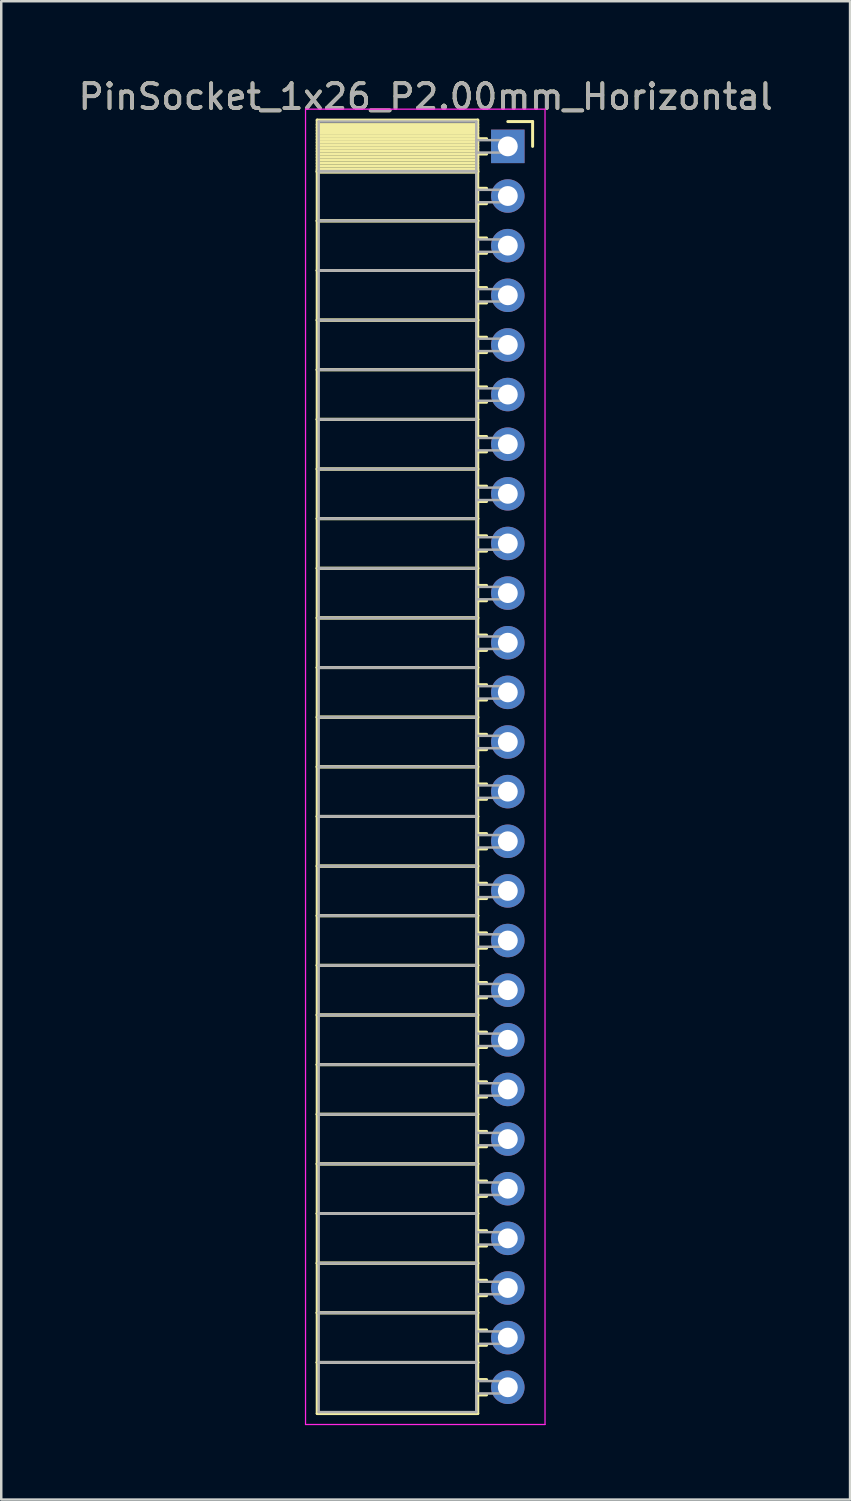
<source format=kicad_pcb>
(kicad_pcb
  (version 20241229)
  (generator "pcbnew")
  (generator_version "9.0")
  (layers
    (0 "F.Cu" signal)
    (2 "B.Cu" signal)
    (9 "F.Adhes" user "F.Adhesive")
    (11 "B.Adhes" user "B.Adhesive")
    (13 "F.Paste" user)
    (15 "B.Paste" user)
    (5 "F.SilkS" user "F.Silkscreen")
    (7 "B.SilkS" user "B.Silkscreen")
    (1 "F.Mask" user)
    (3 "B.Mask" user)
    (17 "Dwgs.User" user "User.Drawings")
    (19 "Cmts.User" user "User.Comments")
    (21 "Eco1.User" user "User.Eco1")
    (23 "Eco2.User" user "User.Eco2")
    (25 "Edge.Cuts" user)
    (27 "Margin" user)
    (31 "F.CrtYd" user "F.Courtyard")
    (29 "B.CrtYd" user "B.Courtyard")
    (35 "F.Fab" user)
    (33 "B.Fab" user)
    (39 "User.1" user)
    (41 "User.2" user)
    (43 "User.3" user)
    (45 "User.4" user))
  (footprint "PinSocket_1x26_P2.00mm_Horizontal"
    (layer "F.Cu")
    (at 17.411 2.848)
    (property "Reference" "PinSocket_1x26_P2.00mm_Horizontal" (at -3.31 -2 0) (layer "F.SilkS") (effects (font (size 1 1) (thickness 0.15))))
    (attr through_hole)
    (fp_line (start -7.68 -1.06) (end -1.21 -1.06) (stroke (width 0.12) (type solid)) (layer "F.SilkS"))
    (fp_line (start -7.68 1) (end -7.68 -1.06) (stroke (width 0.12) (type solid)) (layer "F.SilkS"))
    (fp_line (start -7.68 1) (end -1.21 1) (stroke (width 0.12) (type solid)) (layer "F.SilkS"))
    (fp_line (start -7.68 3) (end -7.68 1) (stroke (width 0.12) (type solid)) (layer "F.SilkS"))
    (fp_line (start -7.68 3) (end -1.21 3) (stroke (width 0.12) (type solid)) (layer "F.SilkS"))
    (fp_line (start -7.68 5) (end -7.68 3) (stroke (width 0.12) (type solid)) (layer "F.SilkS"))
    (fp_line (start -7.68 5) (end -1.21 5) (stroke (width 0.12) (type solid)) (layer "F.SilkS"))
    (fp_line (start -7.68 7) (end -7.68 5) (stroke (width 0.12) (type solid)) (layer "F.SilkS"))
    (fp_line (start -7.68 7) (end -1.21 7) (stroke (width 0.12) (type solid)) (layer "F.SilkS"))
    (fp_line (start -7.68 9) (end -7.68 7) (stroke (width 0.12) (type solid)) (layer "F.SilkS"))
    (fp_line (start -7.68 9) (end -1.21 9) (stroke (width 0.12) (type solid)) (layer "F.SilkS"))
    (fp_line (start -7.68 11) (end -7.68 9) (stroke (width 0.12) (type solid)) (layer "F.SilkS"))
    (fp_line (start -7.68 11) (end -1.21 11) (stroke (width 0.12) (type solid)) (layer "F.SilkS"))
    (fp_line (start -7.68 13) (end -7.68 11) (stroke (width 0.12) (type solid)) (layer "F.SilkS"))
    (fp_line (start -7.68 13) (end -1.21 13) (stroke (width 0.12) (type solid)) (layer "F.SilkS"))
    (fp_line (start -7.68 15) (end -7.68 13) (stroke (width 0.12) (type solid)) (layer "F.SilkS"))
    (fp_line (start -7.68 15) (end -1.21 15) (stroke (width 0.12) (type solid)) (layer "F.SilkS"))
    (fp_line (start -7.68 17) (end -7.68 15) (stroke (width 0.12) (type solid)) (layer "F.SilkS"))
    (fp_line (start -7.68 17) (end -1.21 17) (stroke (width 0.12) (type solid)) (layer "F.SilkS"))
    (fp_line (start -7.68 19) (end -7.68 17) (stroke (width 0.12) (type solid)) (layer "F.SilkS"))
    (fp_line (start -7.68 19) (end -1.21 19) (stroke (width 0.12) (type solid)) (layer "F.SilkS"))
    (fp_line (start -7.68 21) (end -7.68 19) (stroke (width 0.12) (type solid)) (layer "F.SilkS"))
    (fp_line (start -7.68 21) (end -1.21 21) (stroke (width 0.12) (type solid)) (layer "F.SilkS"))
    (fp_line (start -7.68 23) (end -7.68 21) (stroke (width 0.12) (type solid)) (layer "F.SilkS"))
    (fp_line (start -7.68 23) (end -1.21 23) (stroke (width 0.12) (type solid)) (layer "F.SilkS"))
    (fp_line (start -7.68 25) (end -7.68 23) (stroke (width 0.12) (type solid)) (layer "F.SilkS"))
    (fp_line (start -7.68 25) (end -1.21 25) (stroke (width 0.12) (type solid)) (layer "F.SilkS"))
    (fp_line (start -7.68 27) (end -7.68 25) (stroke (width 0.12) (type solid)) (layer "F.SilkS"))
    (fp_line (start -7.68 27) (end -1.21 27) (stroke (width 0.12) (type solid)) (layer "F.SilkS"))
    (fp_line (start -7.68 29) (end -7.68 27) (stroke (width 0.12) (type solid)) (layer "F.SilkS"))
    (fp_line (start -7.68 29) (end -1.21 29) (stroke (width 0.12) (type solid)) (layer "F.SilkS"))
    (fp_line (start -7.68 31) (end -7.68 29) (stroke (width 0.12) (type solid)) (layer "F.SilkS"))
    (fp_line (start -7.68 31) (end -1.21 31) (stroke (width 0.12) (type solid)) (layer "F.SilkS"))
    (fp_line (start -7.68 33) (end -7.68 31) (stroke (width 0.12) (type solid)) (layer "F.SilkS"))
    (fp_line (start -7.68 33) (end -1.21 33) (stroke (width 0.12) (type solid)) (layer "F.SilkS"))
    (fp_line (start -7.68 35) (end -7.68 33) (stroke (width 0.12) (type solid)) (layer "F.SilkS"))
    (fp_line (start -7.68 35) (end -1.21 35) (stroke (width 0.12) (type solid)) (layer "F.SilkS"))
    (fp_line (start -7.68 37) (end -7.68 35) (stroke (width 0.12) (type solid)) (layer "F.SilkS"))
    (fp_line (start -7.68 37) (end -1.21 37) (stroke (width 0.12) (type solid)) (layer "F.SilkS"))
    (fp_line (start -7.68 39) (end -7.68 37) (stroke (width 0.12) (type solid)) (layer "F.SilkS"))
    (fp_line (start -7.68 39) (end -1.21 39) (stroke (width 0.12) (type solid)) (layer "F.SilkS"))
    (fp_line (start -7.68 41) (end -7.68 39) (stroke (width 0.12) (type solid)) (layer "F.SilkS"))
    (fp_line (start -7.68 41) (end -1.21 41) (stroke (width 0.12) (type solid)) (layer "F.SilkS"))
    (fp_line (start -7.68 43) (end -7.68 41) (stroke (width 0.12) (type solid)) (layer "F.SilkS"))
    (fp_line (start -7.68 43) (end -1.21 43) (stroke (width 0.12) (type solid)) (layer "F.SilkS"))
    (fp_line (start -7.68 45) (end -7.68 43) (stroke (width 0.12) (type solid)) (layer "F.SilkS"))
    (fp_line (start -7.68 45) (end -1.21 45) (stroke (width 0.12) (type solid)) (layer "F.SilkS"))
    (fp_line (start -7.68 47) (end -7.68 45) (stroke (width 0.12) (type solid)) (layer "F.SilkS"))
    (fp_line (start -7.68 47) (end -1.21 47) (stroke (width 0.12) (type solid)) (layer "F.SilkS"))
    (fp_line (start -7.68 49) (end -7.68 47) (stroke (width 0.12) (type solid)) (layer "F.SilkS"))
    (fp_line (start -7.68 49) (end -1.21 49) (stroke (width 0.12) (type solid)) (layer "F.SilkS"))
    (fp_line (start -7.68 51.06) (end -7.68 49) (stroke (width 0.12) (type solid)) (layer "F.SilkS"))
    (fp_line (start -1.21 -1.06) (end -1.21 1) (stroke (width 0.12) (type solid)) (layer "F.SilkS"))
    (fp_line (start -1.21 -0.88) (end -7.68 -0.88) (stroke (width 0.12) (type solid)) (layer "F.SilkS"))
    (fp_line (start -1.21 -0.76) (end -7.68 -0.76) (stroke (width 0.12) (type solid)) (layer "F.SilkS"))
    (fp_line (start -1.21 -0.64) (end -7.68 -0.64) (stroke (width 0.12) (type solid)) (layer "F.SilkS"))
    (fp_line (start -1.21 -0.52) (end -7.68 -0.52) (stroke (width 0.12) (type solid)) (layer "F.SilkS"))
    (fp_line (start -1.21 -0.4) (end -7.68 -0.4) (stroke (width 0.12) (type solid)) (layer "F.SilkS"))
    (fp_line (start -1.21 -0.28) (end -7.68 -0.28) (stroke (width 0.12) (type solid)) (layer "F.SilkS"))
    (fp_line (start -1.21 -0.16) (end -7.68 -0.16) (stroke (width 0.12) (type solid)) (layer "F.SilkS"))
    (fp_line (start -1.21 -0.04) (end -7.68 -0.04) (stroke (width 0.12) (type solid)) (layer "F.SilkS"))
    (fp_line (start -1.21 0.08) (end -7.68 0.08) (stroke (width 0.12) (type solid)) (layer "F.SilkS"))
    (fp_line (start -1.21 0.2) (end -7.68 0.2) (stroke (width 0.12) (type solid)) (layer "F.SilkS"))
    (fp_line (start -1.21 0.32) (end -7.68 0.32) (stroke (width 0.12) (type solid)) (layer "F.SilkS"))
    (fp_line (start -1.21 0.44) (end -7.68 0.44) (stroke (width 0.12) (type solid)) (layer "F.SilkS"))
    (fp_line (start -1.21 0.56) (end -7.68 0.56) (stroke (width 0.12) (type solid)) (layer "F.SilkS"))
    (fp_line (start -1.21 0.68) (end -7.68 0.68) (stroke (width 0.12) (type solid)) (layer "F.SilkS"))
    (fp_line (start -1.21 0.8) (end -7.68 0.8) (stroke (width 0.12) (type solid)) (layer "F.SilkS"))
    (fp_line (start -1.21 0.92) (end -7.68 0.92) (stroke (width 0.12) (type solid)) (layer "F.SilkS"))
    (fp_line (start -1.21 1) (end -7.68 1) (stroke (width 0.12) (type solid)) (layer "F.SilkS"))
    (fp_line (start -1.21 1) (end -1.21 3) (stroke (width 0.12) (type solid)) (layer "F.SilkS"))
    (fp_line (start -1.21 1.04) (end -7.68 1.04) (stroke (width 0.12) (type solid)) (layer "F.SilkS"))
    (fp_line (start -1.21 3) (end -7.68 3) (stroke (width 0.12) (type solid)) (layer "F.SilkS"))
    (fp_line (start -1.21 3) (end -1.21 5) (stroke (width 0.12) (type solid)) (layer "F.SilkS"))
    (fp_line (start -1.21 5) (end -7.68 5) (stroke (width 0.12) (type solid)) (layer "F.SilkS"))
    (fp_line (start -1.21 5) (end -1.21 7) (stroke (width 0.12) (type solid)) (layer "F.SilkS"))
    (fp_line (start -1.21 7) (end -7.68 7) (stroke (width 0.12) (type solid)) (layer "F.SilkS"))
    (fp_line (start -1.21 7) (end -1.21 9) (stroke (width 0.12) (type solid)) (layer "F.SilkS"))
    (fp_line (start -1.21 9) (end -7.68 9) (stroke (width 0.12) (type solid)) (layer "F.SilkS"))
    (fp_line (start -1.21 9) (end -1.21 11) (stroke (width 0.12) (type solid)) (layer "F.SilkS"))
    (fp_line (start -1.21 11) (end -7.68 11) (stroke (width 0.12) (type solid)) (layer "F.SilkS"))
    (fp_line (start -1.21 11) (end -1.21 13) (stroke (width 0.12) (type solid)) (layer "F.SilkS"))
    (fp_line (start -1.21 13) (end -7.68 13) (stroke (width 0.12) (type solid)) (layer "F.SilkS"))
    (fp_line (start -1.21 13) (end -1.21 15) (stroke (width 0.12) (type solid)) (layer "F.SilkS"))
    (fp_line (start -1.21 15) (end -7.68 15) (stroke (width 0.12) (type solid)) (layer "F.SilkS"))
    (fp_line (start -1.21 15) (end -1.21 17) (stroke (width 0.12) (type solid)) (layer "F.SilkS"))
    (fp_line (start -1.21 17) (end -7.68 17) (stroke (width 0.12) (type solid)) (layer "F.SilkS"))
    (fp_line (start -1.21 17) (end -1.21 19) (stroke (width 0.12) (type solid)) (layer "F.SilkS"))
    (fp_line (start -1.21 19) (end -7.68 19) (stroke (width 0.12) (type solid)) (layer "F.SilkS"))
    (fp_line (start -1.21 19) (end -1.21 21) (stroke (width 0.12) (type solid)) (layer "F.SilkS"))
    (fp_line (start -1.21 21) (end -7.68 21) (stroke (width 0.12) (type solid)) (layer "F.SilkS"))
    (fp_line (start -1.21 21) (end -1.21 23) (stroke (width 0.12) (type solid)) (layer "F.SilkS"))
    (fp_line (start -1.21 23) (end -7.68 23) (stroke (width 0.12) (type solid)) (layer "F.SilkS"))
    (fp_line (start -1.21 23) (end -1.21 25) (stroke (width 0.12) (type solid)) (layer "F.SilkS"))
    (fp_line (start -1.21 25) (end -7.68 25) (stroke (width 0.12) (type solid)) (layer "F.SilkS"))
    (fp_line (start -1.21 25) (end -1.21 27) (stroke (width 0.12) (type solid)) (layer "F.SilkS"))
    (fp_line (start -1.21 27) (end -7.68 27) (stroke (width 0.12) (type solid)) (layer "F.SilkS"))
    (fp_line (start -1.21 27) (end -1.21 29) (stroke (width 0.12) (type solid)) (layer "F.SilkS"))
    (fp_line (start -1.21 29) (end -7.68 29) (stroke (width 0.12) (type solid)) (layer "F.SilkS"))
    (fp_line (start -1.21 29) (end -1.21 31) (stroke (width 0.12) (type solid)) (layer "F.SilkS"))
    (fp_line (start -1.21 31) (end -7.68 31) (stroke (width 0.12) (type solid)) (layer "F.SilkS"))
    (fp_line (start -1.21 31) (end -1.21 33) (stroke (width 0.12) (type solid)) (layer "F.SilkS"))
    (fp_line (start -1.21 33) (end -7.68 33) (stroke (width 0.12) (type solid)) (layer "F.SilkS"))
    (fp_line (start -1.21 33) (end -1.21 35) (stroke (width 0.12) (type solid)) (layer "F.SilkS"))
    (fp_line (start -1.21 35) (end -7.68 35) (stroke (width 0.12) (type solid)) (layer "F.SilkS"))
    (fp_line (start -1.21 35) (end -1.21 37) (stroke (width 0.12) (type solid)) (layer "F.SilkS"))
    (fp_line (start -1.21 37) (end -7.68 37) (stroke (width 0.12) (type solid)) (layer "F.SilkS"))
    (fp_line (start -1.21 37) (end -1.21 39) (stroke (width 0.12) (type solid)) (layer "F.SilkS"))
    (fp_line (start -1.21 39) (end -7.68 39) (stroke (width 0.12) (type solid)) (layer "F.SilkS"))
    (fp_line (start -1.21 39) (end -1.21 41) (stroke (width 0.12) (type solid)) (layer "F.SilkS"))
    (fp_line (start -1.21 41) (end -7.68 41) (stroke (width 0.12) (type solid)) (layer "F.SilkS"))
    (fp_line (start -1.21 41) (end -1.21 43) (stroke (width 0.12) (type solid)) (layer "F.SilkS"))
    (fp_line (start -1.21 43) (end -7.68 43) (stroke (width 0.12) (type solid)) (layer "F.SilkS"))
    (fp_line (start -1.21 43) (end -1.21 45) (stroke (width 0.12) (type solid)) (layer "F.SilkS"))
    (fp_line (start -1.21 45) (end -7.68 45) (stroke (width 0.12) (type solid)) (layer "F.SilkS"))
    (fp_line (start -1.21 45) (end -1.21 47) (stroke (width 0.12) (type solid)) (layer "F.SilkS"))
    (fp_line (start -1.21 47) (end -7.68 47) (stroke (width 0.12) (type solid)) (layer "F.SilkS"))
    (fp_line (start -1.21 47) (end -1.21 49) (stroke (width 0.12) (type solid)) (layer "F.SilkS"))
    (fp_line (start -1.21 49) (end -7.68 49) (stroke (width 0.12) (type solid)) (layer "F.SilkS"))
    (fp_line (start -1.21 49) (end -1.21 51.06) (stroke (width 0.12) (type solid)) (layer "F.SilkS"))
    (fp_line (start -1.21 51.06) (end -7.68 51.06) (stroke (width 0.12) (type solid)) (layer "F.SilkS"))
    (fp_line (start -0.855 -0.31) (end -1.21 -0.31) (stroke (width 0.12) (type solid)) (layer "F.SilkS"))
    (fp_line (start -0.855 0.31) (end -1.21 0.31) (stroke (width 0.12) (type solid)) (layer "F.SilkS"))
    (fp_line (start -0.855 1.69) (end -1.21 1.69) (stroke (width 0.12) (type solid)) (layer "F.SilkS"))
    (fp_line (start -0.855 2.31) (end -1.21 2.31) (stroke (width 0.12) (type solid)) (layer "F.SilkS"))
    (fp_line (start -0.855 3.69) (end -1.21 3.69) (stroke (width 0.12) (type solid)) (layer "F.SilkS"))
    (fp_line (start -0.855 4.31) (end -1.21 4.31) (stroke (width 0.12) (type solid)) (layer "F.SilkS"))
    (fp_line (start -0.855 5.69) (end -1.21 5.69) (stroke (width 0.12) (type solid)) (layer "F.SilkS"))
    (fp_line (start -0.855 6.31) (end -1.21 6.31) (stroke (width 0.12) (type solid)) (layer "F.SilkS"))
    (fp_line (start -0.855 7.69) (end -1.21 7.69) (stroke (width 0.12) (type solid)) (layer "F.SilkS"))
    (fp_line (start -0.855 8.31) (end -1.21 8.31) (stroke (width 0.12) (type solid)) (layer "F.SilkS"))
    (fp_line (start -0.855 9.69) (end -1.21 9.69) (stroke (width 0.12) (type solid)) (layer "F.SilkS"))
    (fp_line (start -0.855 10.31) (end -1.21 10.31) (stroke (width 0.12) (type solid)) (layer "F.SilkS"))
    (fp_line (start -0.855 11.69) (end -1.21 11.69) (stroke (width 0.12) (type solid)) (layer "F.SilkS"))
    (fp_line (start -0.855 12.31) (end -1.21 12.31) (stroke (width 0.12) (type solid)) (layer "F.SilkS"))
    (fp_line (start -0.855 13.69) (end -1.21 13.69) (stroke (width 0.12) (type solid)) (layer "F.SilkS"))
    (fp_line (start -0.855 14.31) (end -1.21 14.31) (stroke (width 0.12) (type solid)) (layer "F.SilkS"))
    (fp_line (start -0.855 15.69) (end -1.21 15.69) (stroke (width 0.12) (type solid)) (layer "F.SilkS"))
    (fp_line (start -0.855 16.31) (end -1.21 16.31) (stroke (width 0.12) (type solid)) (layer "F.SilkS"))
    (fp_line (start -0.855 17.69) (end -1.21 17.69) (stroke (width 0.12) (type solid)) (layer "F.SilkS"))
    (fp_line (start -0.855 18.31) (end -1.21 18.31) (stroke (width 0.12) (type solid)) (layer "F.SilkS"))
    (fp_line (start -0.855 19.69) (end -1.21 19.69) (stroke (width 0.12) (type solid)) (layer "F.SilkS"))
    (fp_line (start -0.855 20.31) (end -1.21 20.31) (stroke (width 0.12) (type solid)) (layer "F.SilkS"))
    (fp_line (start -0.855 21.69) (end -1.21 21.69) (stroke (width 0.12) (type solid)) (layer "F.SilkS"))
    (fp_line (start -0.855 22.31) (end -1.21 22.31) (stroke (width 0.12) (type solid)) (layer "F.SilkS"))
    (fp_line (start -0.855 23.69) (end -1.21 23.69) (stroke (width 0.12) (type solid)) (layer "F.SilkS"))
    (fp_line (start -0.855 24.31) (end -1.21 24.31) (stroke (width 0.12) (type solid)) (layer "F.SilkS"))
    (fp_line (start -0.855 25.69) (end -1.21 25.69) (stroke (width 0.12) (type solid)) (layer "F.SilkS"))
    (fp_line (start -0.855 26.31) (end -1.21 26.31) (stroke (width 0.12) (type solid)) (layer "F.SilkS"))
    (fp_line (start -0.855 27.69) (end -1.21 27.69) (stroke (width 0.12) (type solid)) (layer "F.SilkS"))
    (fp_line (start -0.855 28.31) (end -1.21 28.31) (stroke (width 0.12) (type solid)) (layer "F.SilkS"))
    (fp_line (start -0.855 29.69) (end -1.21 29.69) (stroke (width 0.12) (type solid)) (layer "F.SilkS"))
    (fp_line (start -0.855 30.31) (end -1.21 30.31) (stroke (width 0.12) (type solid)) (layer "F.SilkS"))
    (fp_line (start -0.855 31.69) (end -1.21 31.69) (stroke (width 0.12) (type solid)) (layer "F.SilkS"))
    (fp_line (start -0.855 32.31) (end -1.21 32.31) (stroke (width 0.12) (type solid)) (layer "F.SilkS"))
    (fp_line (start -0.855 33.69) (end -1.21 33.69) (stroke (width 0.12) (type solid)) (layer "F.SilkS"))
    (fp_line (start -0.855 34.31) (end -1.21 34.31) (stroke (width 0.12) (type solid)) (layer "F.SilkS"))
    (fp_line (start -0.855 35.69) (end -1.21 35.69) (stroke (width 0.12) (type solid)) (layer "F.SilkS"))
    (fp_line (start -0.855 36.31) (end -1.21 36.31) (stroke (width 0.12) (type solid)) (layer "F.SilkS"))
    (fp_line (start -0.855 37.69) (end -1.21 37.69) (stroke (width 0.12) (type solid)) (layer "F.SilkS"))
    (fp_line (start -0.855 38.31) (end -1.21 38.31) (stroke (width 0.12) (type solid)) (layer "F.SilkS"))
    (fp_line (start -0.855 39.69) (end -1.21 39.69) (stroke (width 0.12) (type solid)) (layer "F.SilkS"))
    (fp_line (start -0.855 40.31) (end -1.21 40.31) (stroke (width 0.12) (type solid)) (layer "F.SilkS"))
    (fp_line (start -0.855 41.69) (end -1.21 41.69) (stroke (width 0.12) (type solid)) (layer "F.SilkS"))
    (fp_line (start -0.855 42.31) (end -1.21 42.31) (stroke (width 0.12) (type solid)) (layer "F.SilkS"))
    (fp_line (start -0.855 43.69) (end -1.21 43.69) (stroke (width 0.12) (type solid)) (layer "F.SilkS"))
    (fp_line (start -0.855 44.31) (end -1.21 44.31) (stroke (width 0.12) (type solid)) (layer "F.SilkS"))
    (fp_line (start -0.855 45.69) (end -1.21 45.69) (stroke (width 0.12) (type solid)) (layer "F.SilkS"))
    (fp_line (start -0.855 46.31) (end -1.21 46.31) (stroke (width 0.12) (type solid)) (layer "F.SilkS"))
    (fp_line (start -0.855 47.69) (end -1.21 47.69) (stroke (width 0.12) (type solid)) (layer "F.SilkS"))
    (fp_line (start -0.855 48.31) (end -1.21 48.31) (stroke (width 0.12) (type solid)) (layer "F.SilkS"))
    (fp_line (start -0.855 49.69) (end -1.21 49.69) (stroke (width 0.12) (type solid)) (layer "F.SilkS"))
    (fp_line (start -0.855 50.31) (end -1.21 50.31) (stroke (width 0.12) (type solid)) (layer "F.SilkS"))
    (fp_line (start 0 -1) (end 1 -1) (stroke (width 0.12) (type solid)) (layer "F.SilkS"))
    (fp_line (start 1 -1) (end 1 0) (stroke (width 0.12) (type solid)) (layer "F.SilkS"))
    (fp_line (start -8.15 -1.5) (end 1.5 -1.5) (stroke (width 0.05) (type solid)) (layer "F.CrtYd"))
    (fp_line (start -8.15 51.5) (end -8.15 -1.5) (stroke (width 0.05) (type solid)) (layer "F.CrtYd"))
    (fp_line (start 1.5 -1.5) (end 1.5 51.5) (stroke (width 0.05) (type solid)) (layer "F.CrtYd"))
    (fp_line (start 1.5 51.5) (end -8.15 51.5) (stroke (width 0.05) (type solid)) (layer "F.CrtYd"))
    (fp_line (start -7.62 -1) (end -1.27 -1) (stroke (width 0.1) (type solid)) (layer "F.Fab"))
    (fp_line (start -7.62 1) (end -7.62 -1) (stroke (width 0.1) (type solid)) (layer "F.Fab"))
    (fp_line (start -7.62 1) (end -1.27 1) (stroke (width 0.1) (type solid)) (layer "F.Fab"))
    (fp_line (start -7.62 3) (end -7.62 1) (stroke (width 0.1) (type solid)) (layer "F.Fab"))
    (fp_line (start -7.62 3) (end -1.27 3) (stroke (width 0.1) (type solid)) (layer "F.Fab"))
    (fp_line (start -7.62 5) (end -7.62 3) (stroke (width 0.1) (type solid)) (layer "F.Fab"))
    (fp_line (start -7.62 5) (end -1.27 5) (stroke (width 0.1) (type solid)) (layer "F.Fab"))
    (fp_line (start -7.62 7) (end -7.62 5) (stroke (width 0.1) (type solid)) (layer "F.Fab"))
    (fp_line (start -7.62 7) (end -1.27 7) (stroke (width 0.1) (type solid)) (layer "F.Fab"))
    (fp_line (start -7.62 9) (end -7.62 7) (stroke (width 0.1) (type solid)) (layer "F.Fab"))
    (fp_line (start -7.62 9) (end -1.27 9) (stroke (width 0.1) (type solid)) (layer "F.Fab"))
    (fp_line (start -7.62 11) (end -7.62 9) (stroke (width 0.1) (type solid)) (layer "F.Fab"))
    (fp_line (start -7.62 11) (end -1.27 11) (stroke (width 0.1) (type solid)) (layer "F.Fab"))
    (fp_line (start -7.62 13) (end -7.62 11) (stroke (width 0.1) (type solid)) (layer "F.Fab"))
    (fp_line (start -7.62 13) (end -1.27 13) (stroke (width 0.1) (type solid)) (layer "F.Fab"))
    (fp_line (start -7.62 15) (end -7.62 13) (stroke (width 0.1) (type solid)) (layer "F.Fab"))
    (fp_line (start -7.62 15) (end -1.27 15) (stroke (width 0.1) (type solid)) (layer "F.Fab"))
    (fp_line (start -7.62 17) (end -7.62 15) (stroke (width 0.1) (type solid)) (layer "F.Fab"))
    (fp_line (start -7.62 17) (end -1.27 17) (stroke (width 0.1) (type solid)) (layer "F.Fab"))
    (fp_line (start -7.62 19) (end -7.62 17) (stroke (width 0.1) (type solid)) (layer "F.Fab"))
    (fp_line (start -7.62 19) (end -1.27 19) (stroke (width 0.1) (type solid)) (layer "F.Fab"))
    (fp_line (start -7.62 21) (end -7.62 19) (stroke (width 0.1) (type solid)) (layer "F.Fab"))
    (fp_line (start -7.62 21) (end -1.27 21) (stroke (width 0.1) (type solid)) (layer "F.Fab"))
    (fp_line (start -7.62 23) (end -7.62 21) (stroke (width 0.1) (type solid)) (layer "F.Fab"))
    (fp_line (start -7.62 23) (end -1.27 23) (stroke (width 0.1) (type solid)) (layer "F.Fab"))
    (fp_line (start -7.62 25) (end -7.62 23) (stroke (width 0.1) (type solid)) (layer "F.Fab"))
    (fp_line (start -7.62 25) (end -1.27 25) (stroke (width 0.1) (type solid)) (layer "F.Fab"))
    (fp_line (start -7.62 27) (end -7.62 25) (stroke (width 0.1) (type solid)) (layer "F.Fab"))
    (fp_line (start -7.62 27) (end -1.27 27) (stroke (width 0.1) (type solid)) (layer "F.Fab"))
    (fp_line (start -7.62 29) (end -7.62 27) (stroke (width 0.1) (type solid)) (layer "F.Fab"))
    (fp_line (start -7.62 29) (end -1.27 29) (stroke (width 0.1) (type solid)) (layer "F.Fab"))
    (fp_line (start -7.62 31) (end -7.62 29) (stroke (width 0.1) (type solid)) (layer "F.Fab"))
    (fp_line (start -7.62 31) (end -1.27 31) (stroke (width 0.1) (type solid)) (layer "F.Fab"))
    (fp_line (start -7.62 33) (end -7.62 31) (stroke (width 0.1) (type solid)) (layer "F.Fab"))
    (fp_line (start -7.62 33) (end -1.27 33) (stroke (width 0.1) (type solid)) (layer "F.Fab"))
    (fp_line (start -7.62 35) (end -7.62 33) (stroke (width 0.1) (type solid)) (layer "F.Fab"))
    (fp_line (start -7.62 35) (end -1.27 35) (stroke (width 0.1) (type solid)) (layer "F.Fab"))
    (fp_line (start -7.62 37) (end -7.62 35) (stroke (width 0.1) (type solid)) (layer "F.Fab"))
    (fp_line (start -7.62 37) (end -1.27 37) (stroke (width 0.1) (type solid)) (layer "F.Fab"))
    (fp_line (start -7.62 39) (end -7.62 37) (stroke (width 0.1) (type solid)) (layer "F.Fab"))
    (fp_line (start -7.62 39) (end -1.27 39) (stroke (width 0.1) (type solid)) (layer "F.Fab"))
    (fp_line (start -7.62 41) (end -7.62 39) (stroke (width 0.1) (type solid)) (layer "F.Fab"))
    (fp_line (start -7.62 41) (end -1.27 41) (stroke (width 0.1) (type solid)) (layer "F.Fab"))
    (fp_line (start -7.62 43) (end -7.62 41) (stroke (width 0.1) (type solid)) (layer "F.Fab"))
    (fp_line (start -7.62 43) (end -1.27 43) (stroke (width 0.1) (type solid)) (layer "F.Fab"))
    (fp_line (start -7.62 45) (end -7.62 43) (stroke (width 0.1) (type solid)) (layer "F.Fab"))
    (fp_line (start -7.62 45) (end -1.27 45) (stroke (width 0.1) (type solid)) (layer "F.Fab"))
    (fp_line (start -7.62 47) (end -7.62 45) (stroke (width 0.1) (type solid)) (layer "F.Fab"))
    (fp_line (start -7.62 47) (end -1.27 47) (stroke (width 0.1) (type solid)) (layer "F.Fab"))
    (fp_line (start -7.62 49) (end -7.62 47) (stroke (width 0.1) (type solid)) (layer "F.Fab"))
    (fp_line (start -7.62 49) (end -1.27 49) (stroke (width 0.1) (type solid)) (layer "F.Fab"))
    (fp_line (start -7.62 51) (end -7.62 49) (stroke (width 0.1) (type solid)) (layer "F.Fab"))
    (fp_line (start -1.27 -1) (end -1.27 1) (stroke (width 0.1) (type solid)) (layer "F.Fab"))
    (fp_line (start -1.27 -0.25) (end 0 -0.25) (stroke (width 0.1) (type solid)) (layer "F.Fab"))
    (fp_line (start -1.27 0.25) (end -1.27 -0.25) (stroke (width 0.1) (type solid)) (layer "F.Fab"))
    (fp_line (start -1.27 1) (end -7.62 1) (stroke (width 0.1) (type solid)) (layer "F.Fab"))
    (fp_line (start -1.27 1) (end -1.27 3) (stroke (width 0.1) (type solid)) (layer "F.Fab"))
    (fp_line (start -1.27 1.75) (end 0 1.75) (stroke (width 0.1) (type solid)) (layer "F.Fab"))
    (fp_line (start -1.27 2.25) (end -1.27 1.75) (stroke (width 0.1) (type solid)) (layer "F.Fab"))
    (fp_line (start -1.27 3) (end -7.62 3) (stroke (width 0.1) (type solid)) (layer "F.Fab"))
    (fp_line (start -1.27 3) (end -1.27 5) (stroke (width 0.1) (type solid)) (layer "F.Fab"))
    (fp_line (start -1.27 3.75) (end 0 3.75) (stroke (width 0.1) (type solid)) (layer "F.Fab"))
    (fp_line (start -1.27 4.25) (end -1.27 3.75) (stroke (width 0.1) (type solid)) (layer "F.Fab"))
    (fp_line (start -1.27 5) (end -7.62 5) (stroke (width 0.1) (type solid)) (layer "F.Fab"))
    (fp_line (start -1.27 5) (end -1.27 7) (stroke (width 0.1) (type solid)) (layer "F.Fab"))
    (fp_line (start -1.27 5.75) (end 0 5.75) (stroke (width 0.1) (type solid)) (layer "F.Fab"))
    (fp_line (start -1.27 6.25) (end -1.27 5.75) (stroke (width 0.1) (type solid)) (layer "F.Fab"))
    (fp_line (start -1.27 7) (end -7.62 7) (stroke (width 0.1) (type solid)) (layer "F.Fab"))
    (fp_line (start -1.27 7) (end -1.27 9) (stroke (width 0.1) (type solid)) (layer "F.Fab"))
    (fp_line (start -1.27 7.75) (end 0 7.75) (stroke (width 0.1) (type solid)) (layer "F.Fab"))
    (fp_line (start -1.27 8.25) (end -1.27 7.75) (stroke (width 0.1) (type solid)) (layer "F.Fab"))
    (fp_line (start -1.27 9) (end -7.62 9) (stroke (width 0.1) (type solid)) (layer "F.Fab"))
    (fp_line (start -1.27 9) (end -1.27 11) (stroke (width 0.1) (type solid)) (layer "F.Fab"))
    (fp_line (start -1.27 9.75) (end 0 9.75) (stroke (width 0.1) (type solid)) (layer "F.Fab"))
    (fp_line (start -1.27 10.25) (end -1.27 9.75) (stroke (width 0.1) (type solid)) (layer "F.Fab"))
    (fp_line (start -1.27 11) (end -7.62 11) (stroke (width 0.1) (type solid)) (layer "F.Fab"))
    (fp_line (start -1.27 11) (end -1.27 13) (stroke (width 0.1) (type solid)) (layer "F.Fab"))
    (fp_line (start -1.27 11.75) (end 0 11.75) (stroke (width 0.1) (type solid)) (layer "F.Fab"))
    (fp_line (start -1.27 12.25) (end -1.27 11.75) (stroke (width 0.1) (type solid)) (layer "F.Fab"))
    (fp_line (start -1.27 13) (end -7.62 13) (stroke (width 0.1) (type solid)) (layer "F.Fab"))
    (fp_line (start -1.27 13) (end -1.27 15) (stroke (width 0.1) (type solid)) (layer "F.Fab"))
    (fp_line (start -1.27 13.75) (end 0 13.75) (stroke (width 0.1) (type solid)) (layer "F.Fab"))
    (fp_line (start -1.27 14.25) (end -1.27 13.75) (stroke (width 0.1) (type solid)) (layer "F.Fab"))
    (fp_line (start -1.27 15) (end -7.62 15) (stroke (width 0.1) (type solid)) (layer "F.Fab"))
    (fp_line (start -1.27 15) (end -1.27 17) (stroke (width 0.1) (type solid)) (layer "F.Fab"))
    (fp_line (start -1.27 15.75) (end 0 15.75) (stroke (width 0.1) (type solid)) (layer "F.Fab"))
    (fp_line (start -1.27 16.25) (end -1.27 15.75) (stroke (width 0.1) (type solid)) (layer "F.Fab"))
    (fp_line (start -1.27 17) (end -7.62 17) (stroke (width 0.1) (type solid)) (layer "F.Fab"))
    (fp_line (start -1.27 17) (end -1.27 19) (stroke (width 0.1) (type solid)) (layer "F.Fab"))
    (fp_line (start -1.27 17.75) (end 0 17.75) (stroke (width 0.1) (type solid)) (layer "F.Fab"))
    (fp_line (start -1.27 18.25) (end -1.27 17.75) (stroke (width 0.1) (type solid)) (layer "F.Fab"))
    (fp_line (start -1.27 19) (end -7.62 19) (stroke (width 0.1) (type solid)) (layer "F.Fab"))
    (fp_line (start -1.27 19) (end -1.27 21) (stroke (width 0.1) (type solid)) (layer "F.Fab"))
    (fp_line (start -1.27 19.75) (end 0 19.75) (stroke (width 0.1) (type solid)) (layer "F.Fab"))
    (fp_line (start -1.27 20.25) (end -1.27 19.75) (stroke (width 0.1) (type solid)) (layer "F.Fab"))
    (fp_line (start -1.27 21) (end -7.62 21) (stroke (width 0.1) (type solid)) (layer "F.Fab"))
    (fp_line (start -1.27 21) (end -1.27 23) (stroke (width 0.1) (type solid)) (layer "F.Fab"))
    (fp_line (start -1.27 21.75) (end 0 21.75) (stroke (width 0.1) (type solid)) (layer "F.Fab"))
    (fp_line (start -1.27 22.25) (end -1.27 21.75) (stroke (width 0.1) (type solid)) (layer "F.Fab"))
    (fp_line (start -1.27 23) (end -7.62 23) (stroke (width 0.1) (type solid)) (layer "F.Fab"))
    (fp_line (start -1.27 23) (end -1.27 25) (stroke (width 0.1) (type solid)) (layer "F.Fab"))
    (fp_line (start -1.27 23.75) (end 0 23.75) (stroke (width 0.1) (type solid)) (layer "F.Fab"))
    (fp_line (start -1.27 24.25) (end -1.27 23.75) (stroke (width 0.1) (type solid)) (layer "F.Fab"))
    (fp_line (start -1.27 25) (end -7.62 25) (stroke (width 0.1) (type solid)) (layer "F.Fab"))
    (fp_line (start -1.27 25) (end -1.27 27) (stroke (width 0.1) (type solid)) (layer "F.Fab"))
    (fp_line (start -1.27 25.75) (end 0 25.75) (stroke (width 0.1) (type solid)) (layer "F.Fab"))
    (fp_line (start -1.27 26.25) (end -1.27 25.75) (stroke (width 0.1) (type solid)) (layer "F.Fab"))
    (fp_line (start -1.27 27) (end -7.62 27) (stroke (width 0.1) (type solid)) (layer "F.Fab"))
    (fp_line (start -1.27 27) (end -1.27 29) (stroke (width 0.1) (type solid)) (layer "F.Fab"))
    (fp_line (start -1.27 27.75) (end 0 27.75) (stroke (width 0.1) (type solid)) (layer "F.Fab"))
    (fp_line (start -1.27 28.25) (end -1.27 27.75) (stroke (width 0.1) (type solid)) (layer "F.Fab"))
    (fp_line (start -1.27 29) (end -7.62 29) (stroke (width 0.1) (type solid)) (layer "F.Fab"))
    (fp_line (start -1.27 29) (end -1.27 31) (stroke (width 0.1) (type solid)) (layer "F.Fab"))
    (fp_line (start -1.27 29.75) (end 0 29.75) (stroke (width 0.1) (type solid)) (layer "F.Fab"))
    (fp_line (start -1.27 30.25) (end -1.27 29.75) (stroke (width 0.1) (type solid)) (layer "F.Fab"))
    (fp_line (start -1.27 31) (end -7.62 31) (stroke (width 0.1) (type solid)) (layer "F.Fab"))
    (fp_line (start -1.27 31) (end -1.27 33) (stroke (width 0.1) (type solid)) (layer "F.Fab"))
    (fp_line (start -1.27 31.75) (end 0 31.75) (stroke (width 0.1) (type solid)) (layer "F.Fab"))
    (fp_line (start -1.27 32.25) (end -1.27 31.75) (stroke (width 0.1) (type solid)) (layer "F.Fab"))
    (fp_line (start -1.27 33) (end -7.62 33) (stroke (width 0.1) (type solid)) (layer "F.Fab"))
    (fp_line (start -1.27 33) (end -1.27 35) (stroke (width 0.1) (type solid)) (layer "F.Fab"))
    (fp_line (start -1.27 33.75) (end 0 33.75) (stroke (width 0.1) (type solid)) (layer "F.Fab"))
    (fp_line (start -1.27 34.25) (end -1.27 33.75) (stroke (width 0.1) (type solid)) (layer "F.Fab"))
    (fp_line (start -1.27 35) (end -7.62 35) (stroke (width 0.1) (type solid)) (layer "F.Fab"))
    (fp_line (start -1.27 35) (end -1.27 37) (stroke (width 0.1) (type solid)) (layer "F.Fab"))
    (fp_line (start -1.27 35.75) (end 0 35.75) (stroke (width 0.1) (type solid)) (layer "F.Fab"))
    (fp_line (start -1.27 36.25) (end -1.27 35.75) (stroke (width 0.1) (type solid)) (layer "F.Fab"))
    (fp_line (start -1.27 37) (end -7.62 37) (stroke (width 0.1) (type solid)) (layer "F.Fab"))
    (fp_line (start -1.27 37) (end -1.27 39) (stroke (width 0.1) (type solid)) (layer "F.Fab"))
    (fp_line (start -1.27 37.75) (end 0 37.75) (stroke (width 0.1) (type solid)) (layer "F.Fab"))
    (fp_line (start -1.27 38.25) (end -1.27 37.75) (stroke (width 0.1) (type solid)) (layer "F.Fab"))
    (fp_line (start -1.27 39) (end -7.62 39) (stroke (width 0.1) (type solid)) (layer "F.Fab"))
    (fp_line (start -1.27 39) (end -1.27 41) (stroke (width 0.1) (type solid)) (layer "F.Fab"))
    (fp_line (start -1.27 39.75) (end 0 39.75) (stroke (width 0.1) (type solid)) (layer "F.Fab"))
    (fp_line (start -1.27 40.25) (end -1.27 39.75) (stroke (width 0.1) (type solid)) (layer "F.Fab"))
    (fp_line (start -1.27 41) (end -7.62 41) (stroke (width 0.1) (type solid)) (layer "F.Fab"))
    (fp_line (start -1.27 41) (end -1.27 43) (stroke (width 0.1) (type solid)) (layer "F.Fab"))
    (fp_line (start -1.27 41.75) (end 0 41.75) (stroke (width 0.1) (type solid)) (layer "F.Fab"))
    (fp_line (start -1.27 42.25) (end -1.27 41.75) (stroke (width 0.1) (type solid)) (layer "F.Fab"))
    (fp_line (start -1.27 43) (end -7.62 43) (stroke (width 0.1) (type solid)) (layer "F.Fab"))
    (fp_line (start -1.27 43) (end -1.27 45) (stroke (width 0.1) (type solid)) (layer "F.Fab"))
    (fp_line (start -1.27 43.75) (end 0 43.75) (stroke (width 0.1) (type solid)) (layer "F.Fab"))
    (fp_line (start -1.27 44.25) (end -1.27 43.75) (stroke (width 0.1) (type solid)) (layer "F.Fab"))
    (fp_line (start -1.27 45) (end -7.62 45) (stroke (width 0.1) (type solid)) (layer "F.Fab"))
    (fp_line (start -1.27 45) (end -1.27 47) (stroke (width 0.1) (type solid)) (layer "F.Fab"))
    (fp_line (start -1.27 45.75) (end 0 45.75) (stroke (width 0.1) (type solid)) (layer "F.Fab"))
    (fp_line (start -1.27 46.25) (end -1.27 45.75) (stroke (width 0.1) (type solid)) (layer "F.Fab"))
    (fp_line (start -1.27 47) (end -7.62 47) (stroke (width 0.1) (type solid)) (layer "F.Fab"))
    (fp_line (start -1.27 47) (end -1.27 49) (stroke (width 0.1) (type solid)) (layer "F.Fab"))
    (fp_line (start -1.27 47.75) (end 0 47.75) (stroke (width 0.1) (type solid)) (layer "F.Fab"))
    (fp_line (start -1.27 48.25) (end -1.27 47.75) (stroke (width 0.1) (type solid)) (layer "F.Fab"))
    (fp_line (start -1.27 49) (end -7.62 49) (stroke (width 0.1) (type solid)) (layer "F.Fab"))
    (fp_line (start -1.27 49) (end -1.27 51) (stroke (width 0.1) (type solid)) (layer "F.Fab"))
    (fp_line (start -1.27 49.75) (end 0 49.75) (stroke (width 0.1) (type solid)) (layer "F.Fab"))
    (fp_line (start -1.27 50.25) (end -1.27 49.75) (stroke (width 0.1) (type solid)) (layer "F.Fab"))
    (fp_line (start -1.27 51) (end -7.62 51) (stroke (width 0.1) (type solid)) (layer "F.Fab"))
    (fp_line (start 0 -0.25) (end 0 0.25) (stroke (width 0.1) (type solid)) (layer "F.Fab"))
    (fp_line (start 0 0.25) (end -1.27 0.25) (stroke (width 0.1) (type solid)) (layer "F.Fab"))
    (fp_line (start 0 1.75) (end 0 2.25) (stroke (width 0.1) (type solid)) (layer "F.Fab"))
    (fp_line (start 0 2.25) (end -1.27 2.25) (stroke (width 0.1) (type solid)) (layer "F.Fab"))
    (fp_line (start 0 3.75) (end 0 4.25) (stroke (width 0.1) (type solid)) (layer "F.Fab"))
    (fp_line (start 0 4.25) (end -1.27 4.25) (stroke (width 0.1) (type solid)) (layer "F.Fab"))
    (fp_line (start 0 5.75) (end 0 6.25) (stroke (width 0.1) (type solid)) (layer "F.Fab"))
    (fp_line (start 0 6.25) (end -1.27 6.25) (stroke (width 0.1) (type solid)) (layer "F.Fab"))
    (fp_line (start 0 7.75) (end 0 8.25) (stroke (width 0.1) (type solid)) (layer "F.Fab"))
    (fp_line (start 0 8.25) (end -1.27 8.25) (stroke (width 0.1) (type solid)) (layer "F.Fab"))
    (fp_line (start 0 9.75) (end 0 10.25) (stroke (width 0.1) (type solid)) (layer "F.Fab"))
    (fp_line (start 0 10.25) (end -1.27 10.25) (stroke (width 0.1) (type solid)) (layer "F.Fab"))
    (fp_line (start 0 11.75) (end 0 12.25) (stroke (width 0.1) (type solid)) (layer "F.Fab"))
    (fp_line (start 0 12.25) (end -1.27 12.25) (stroke (width 0.1) (type solid)) (layer "F.Fab"))
    (fp_line (start 0 13.75) (end 0 14.25) (stroke (width 0.1) (type solid)) (layer "F.Fab"))
    (fp_line (start 0 14.25) (end -1.27 14.25) (stroke (width 0.1) (type solid)) (layer "F.Fab"))
    (fp_line (start 0 15.75) (end 0 16.25) (stroke (width 0.1) (type solid)) (layer "F.Fab"))
    (fp_line (start 0 16.25) (end -1.27 16.25) (stroke (width 0.1) (type solid)) (layer "F.Fab"))
    (fp_line (start 0 17.75) (end 0 18.25) (stroke (width 0.1) (type solid)) (layer "F.Fab"))
    (fp_line (start 0 18.25) (end -1.27 18.25) (stroke (width 0.1) (type solid)) (layer "F.Fab"))
    (fp_line (start 0 19.75) (end 0 20.25) (stroke (width 0.1) (type solid)) (layer "F.Fab"))
    (fp_line (start 0 20.25) (end -1.27 20.25) (stroke (width 0.1) (type solid)) (layer "F.Fab"))
    (fp_line (start 0 21.75) (end 0 22.25) (stroke (width 0.1) (type solid)) (layer "F.Fab"))
    (fp_line (start 0 22.25) (end -1.27 22.25) (stroke (width 0.1) (type solid)) (layer "F.Fab"))
    (fp_line (start 0 23.75) (end 0 24.25) (stroke (width 0.1) (type solid)) (layer "F.Fab"))
    (fp_line (start 0 24.25) (end -1.27 24.25) (stroke (width 0.1) (type solid)) (layer "F.Fab"))
    (fp_line (start 0 25.75) (end 0 26.25) (stroke (width 0.1) (type solid)) (layer "F.Fab"))
    (fp_line (start 0 26.25) (end -1.27 26.25) (stroke (width 0.1) (type solid)) (layer "F.Fab"))
    (fp_line (start 0 27.75) (end 0 28.25) (stroke (width 0.1) (type solid)) (layer "F.Fab"))
    (fp_line (start 0 28.25) (end -1.27 28.25) (stroke (width 0.1) (type solid)) (layer "F.Fab"))
    (fp_line (start 0 29.75) (end 0 30.25) (stroke (width 0.1) (type solid)) (layer "F.Fab"))
    (fp_line (start 0 30.25) (end -1.27 30.25) (stroke (width 0.1) (type solid)) (layer "F.Fab"))
    (fp_line (start 0 31.75) (end 0 32.25) (stroke (width 0.1) (type solid)) (layer "F.Fab"))
    (fp_line (start 0 32.25) (end -1.27 32.25) (stroke (width 0.1) (type solid)) (layer "F.Fab"))
    (fp_line (start 0 33.75) (end 0 34.25) (stroke (width 0.1) (type solid)) (layer "F.Fab"))
    (fp_line (start 0 34.25) (end -1.27 34.25) (stroke (width 0.1) (type solid)) (layer "F.Fab"))
    (fp_line (start 0 35.75) (end 0 36.25) (stroke (width 0.1) (type solid)) (layer "F.Fab"))
    (fp_line (start 0 36.25) (end -1.27 36.25) (stroke (width 0.1) (type solid)) (layer "F.Fab"))
    (fp_line (start 0 37.75) (end 0 38.25) (stroke (width 0.1) (type solid)) (layer "F.Fab"))
    (fp_line (start 0 38.25) (end -1.27 38.25) (stroke (width 0.1) (type solid)) (layer "F.Fab"))
    (fp_line (start 0 39.75) (end 0 40.25) (stroke (width 0.1) (type solid)) (layer "F.Fab"))
    (fp_line (start 0 40.25) (end -1.27 40.25) (stroke (width 0.1) (type solid)) (layer "F.Fab"))
    (fp_line (start 0 41.75) (end 0 42.25) (stroke (width 0.1) (type solid)) (layer "F.Fab"))
    (fp_line (start 0 42.25) (end -1.27 42.25) (stroke (width 0.1) (type solid)) (layer "F.Fab"))
    (fp_line (start 0 43.75) (end 0 44.25) (stroke (width 0.1) (type solid)) (layer "F.Fab"))
    (fp_line (start 0 44.25) (end -1.27 44.25) (stroke (width 0.1) (type solid)) (layer "F.Fab"))
    (fp_line (start 0 45.75) (end 0 46.25) (stroke (width 0.1) (type solid)) (layer "F.Fab"))
    (fp_line (start 0 46.25) (end -1.27 46.25) (stroke (width 0.1) (type solid)) (layer "F.Fab"))
    (fp_line (start 0 47.75) (end 0 48.25) (stroke (width 0.1) (type solid)) (layer "F.Fab"))
    (fp_line (start 0 48.25) (end -1.27 48.25) (stroke (width 0.1) (type solid)) (layer "F.Fab"))
    (fp_line (start 0 49.75) (end 0 50.25) (stroke (width 0.1) (type solid)) (layer "F.Fab"))
    (fp_line (start 0 50.25) (end -1.27 50.25) (stroke (width 0.1) (type solid)) (layer "F.Fab"))
    (fp_text user "${REFERENCE}" (at -3.31 -2 0) (layer "F.Fab") (effects (font (size 1 1) (thickness 0.15))))
    (pad "1" thru_hole rect (at 0 0) (size 1.35 1.35) (drill 0.8) (layers "*.Cu" "*.Mask"))
    (pad "2" thru_hole oval (at 0 2) (size 1.35 1.35) (drill 0.8) (layers "*.Cu" "*.Mask"))
    (pad "3" thru_hole oval (at 0 4) (size 1.35 1.35) (drill 0.8) (layers "*.Cu" "*.Mask"))
    (pad "4" thru_hole oval (at 0 6) (size 1.35 1.35) (drill 0.8) (layers "*.Cu" "*.Mask"))
    (pad "5" thru_hole oval (at 0 8) (size 1.35 1.35) (drill 0.8) (layers "*.Cu" "*.Mask"))
    (pad "6" thru_hole oval (at 0 10) (size 1.35 1.35) (drill 0.8) (layers "*.Cu" "*.Mask"))
    (pad "7" thru_hole oval (at 0 12) (size 1.35 1.35) (drill 0.8) (layers "*.Cu" "*.Mask"))
    (pad "8" thru_hole oval (at 0 14) (size 1.35 1.35) (drill 0.8) (layers "*.Cu" "*.Mask"))
    (pad "9" thru_hole oval (at 0 16) (size 1.35 1.35) (drill 0.8) (layers "*.Cu" "*.Mask"))
    (pad "10" thru_hole oval (at 0 18) (size 1.35 1.35) (drill 0.8) (layers "*.Cu" "*.Mask"))
    (pad "11" thru_hole oval (at 0 20) (size 1.35 1.35) (drill 0.8) (layers "*.Cu" "*.Mask"))
    (pad "12" thru_hole oval (at 0 22) (size 1.35 1.35) (drill 0.8) (layers "*.Cu" "*.Mask"))
    (pad "13" thru_hole oval (at 0 24) (size 1.35 1.35) (drill 0.8) (layers "*.Cu" "*.Mask"))
    (pad "14" thru_hole oval (at 0 26) (size 1.35 1.35) (drill 0.8) (layers "*.Cu" "*.Mask"))
    (pad "15" thru_hole oval (at 0 28) (size 1.35 1.35) (drill 0.8) (layers "*.Cu" "*.Mask"))
    (pad "16" thru_hole oval (at 0 30) (size 1.35 1.35) (drill 0.8) (layers "*.Cu" "*.Mask"))
    (pad "17" thru_hole oval (at 0 32) (size 1.35 1.35) (drill 0.8) (layers "*.Cu" "*.Mask"))
    (pad "18" thru_hole oval (at 0 34) (size 1.35 1.35) (drill 0.8) (layers "*.Cu" "*.Mask"))
    (pad "19" thru_hole oval (at 0 36) (size 1.35 1.35) (drill 0.8) (layers "*.Cu" "*.Mask"))
    (pad "20" thru_hole oval (at 0 38) (size 1.35 1.35) (drill 0.8) (layers "*.Cu" "*.Mask"))
    (pad "21" thru_hole oval (at 0 40) (size 1.35 1.35) (drill 0.8) (layers "*.Cu" "*.Mask"))
    (pad "22" thru_hole oval (at 0 42) (size 1.35 1.35) (drill 0.8) (layers "*.Cu" "*.Mask"))
    (pad "23" thru_hole oval (at 0 44) (size 1.35 1.35) (drill 0.8) (layers "*.Cu" "*.Mask"))
    (pad "24" thru_hole oval (at 0 46) (size 1.35 1.35) (drill 0.8) (layers "*.Cu" "*.Mask"))
    (pad "25" thru_hole oval (at 0 48) (size 1.35 1.35) (drill 0.8) (layers "*.Cu" "*.Mask"))
    (pad "26" thru_hole oval (at 0 50) (size 1.35 1.35) (drill 0.8) (layers "*.Cu" "*.Mask")))
  (gr_rect
    (start -3 -3)
    (end 31.202 57.373)
    (stroke (width 0.1) (type default))
    (fill no)
    (layer "Edge.Cuts")))
</source>
